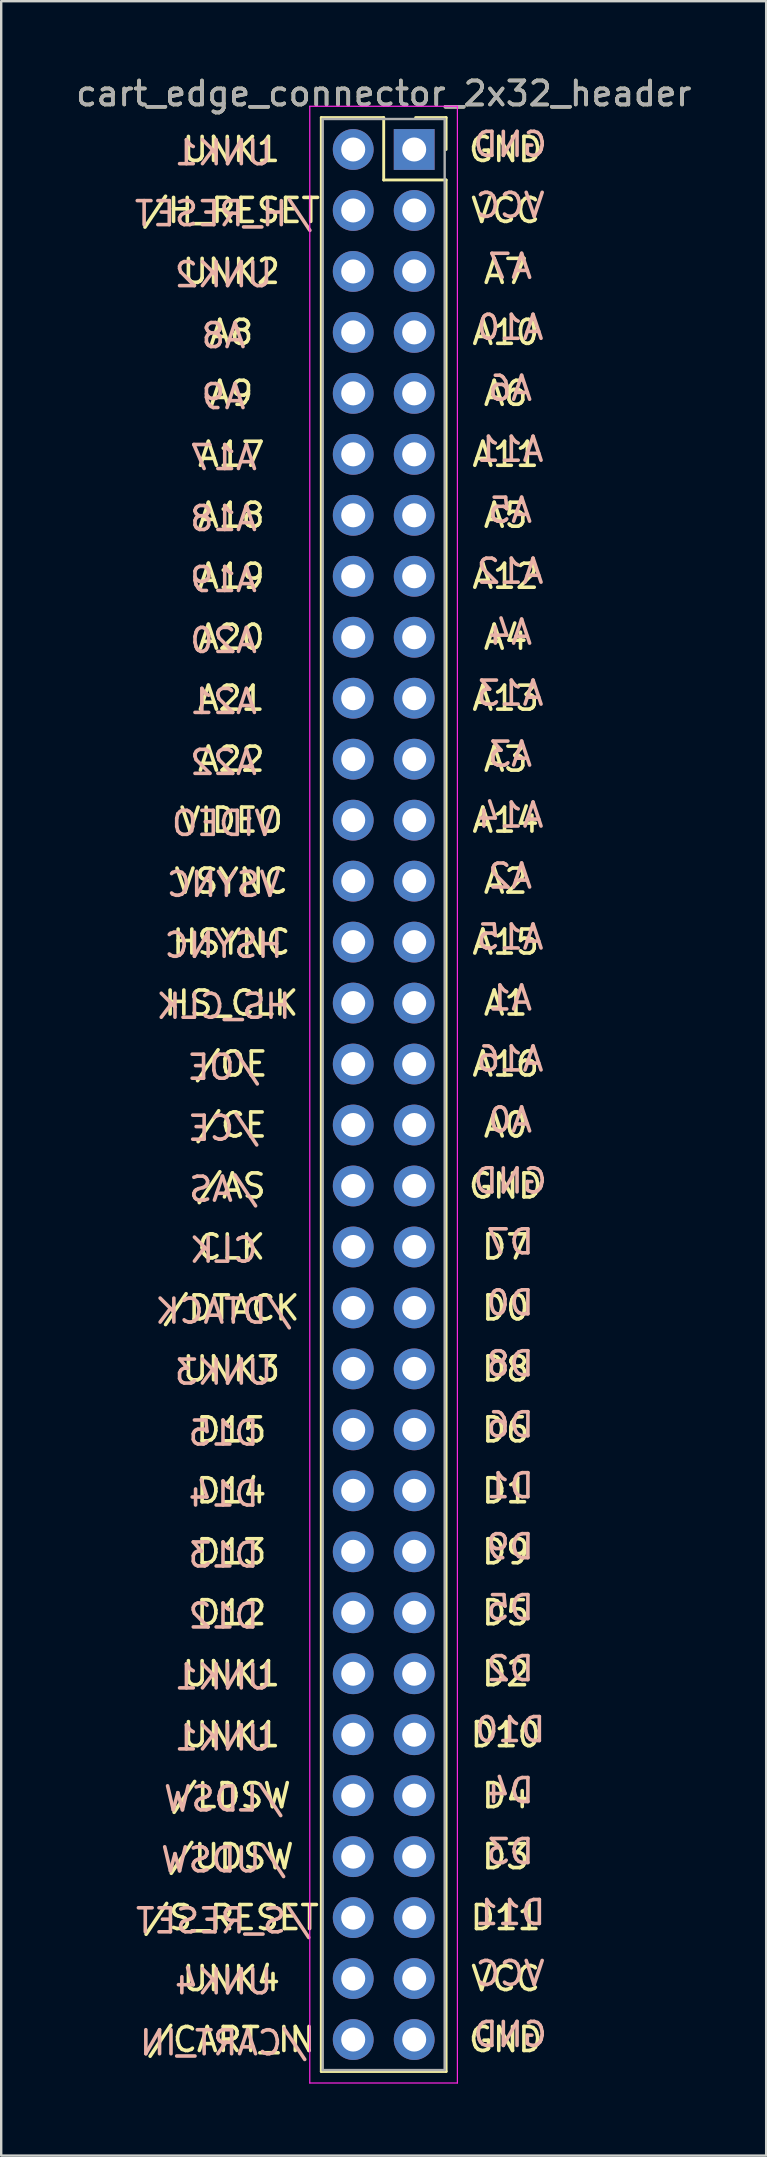
<source format=kicad_pcb>
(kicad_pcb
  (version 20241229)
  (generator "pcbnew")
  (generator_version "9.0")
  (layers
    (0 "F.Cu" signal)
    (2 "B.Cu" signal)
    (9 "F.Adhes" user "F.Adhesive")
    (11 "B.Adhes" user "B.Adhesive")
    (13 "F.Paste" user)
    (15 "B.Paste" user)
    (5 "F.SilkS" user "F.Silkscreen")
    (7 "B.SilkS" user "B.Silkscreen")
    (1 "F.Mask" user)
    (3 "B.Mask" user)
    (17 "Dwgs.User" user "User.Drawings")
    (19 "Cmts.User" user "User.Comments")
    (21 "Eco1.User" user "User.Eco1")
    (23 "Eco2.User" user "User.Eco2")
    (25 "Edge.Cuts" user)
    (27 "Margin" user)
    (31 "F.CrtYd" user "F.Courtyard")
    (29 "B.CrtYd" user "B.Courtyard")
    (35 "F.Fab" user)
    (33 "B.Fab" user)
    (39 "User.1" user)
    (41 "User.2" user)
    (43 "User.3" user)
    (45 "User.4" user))
  (footprint "cart_edge_connector_2x32_header"
    (layer "F.Cu")
    (at 14.205 3.178)
    (property "Reference" "cart_edge_connector_2x32_header" (at -1.27 -2.33 0) (layer "F.SilkS") (effects (font (size 1 1) (thickness 0.15))))
    (attr through_hole)
    (fp_line (start -3.87 -1.33) (end -1.27 -1.33) (stroke (width 0.12) (type solid)) (layer "F.SilkS"))
    (fp_line (start -3.87 80.07) (end -3.87 -1.33) (stroke (width 0.12) (type solid)) (layer "F.SilkS"))
    (fp_line (start -1.27 -1.33) (end -1.27 1.27) (stroke (width 0.12) (type solid)) (layer "F.SilkS"))
    (fp_line (start -1.27 1.27) (end 1.33 1.27) (stroke (width 0.12) (type solid)) (layer "F.SilkS"))
    (fp_line (start 1.33 -1.33) (end 0.06 -1.33) (stroke (width 0.12) (type solid)) (layer "F.SilkS"))
    (fp_line (start 1.33 0) (end 1.33 -1.33) (stroke (width 0.12) (type solid)) (layer "F.SilkS"))
    (fp_line (start 1.33 1.27) (end 1.33 80.07) (stroke (width 0.12) (type solid)) (layer "F.SilkS"))
    (fp_line (start 1.33 80.07) (end -3.87 80.07) (stroke (width 0.12) (type solid)) (layer "F.SilkS"))
    (fp_line (start -4.35 -1.8) (end -4.35 80.55) (stroke (width 0.05) (type solid)) (layer "F.CrtYd"))
    (fp_line (start -4.35 80.55) (end 1.8 80.55) (stroke (width 0.05) (type solid)) (layer "F.CrtYd"))
    (fp_line (start 1.8 -1.8) (end -4.35 -1.8) (stroke (width 0.05) (type solid)) (layer "F.CrtYd"))
    (fp_line (start 1.8 80.55) (end 1.8 -1.8) (stroke (width 0.05) (type solid)) (layer "F.CrtYd"))
    (fp_line (start -3.81 -1.27) (end -3.81 80.01) (stroke (width 0.1) (type solid)) (layer "F.Fab"))
    (fp_line (start -3.81 80.01) (end 1.27 80.01) (stroke (width 0.1) (type solid)) (layer "F.Fab"))
    (fp_line (start 1.27 -1.27) (end -3.81 -1.27) (stroke (width 0.1) (type solid)) (layer "F.Fab"))
    (fp_line (start 1.27 80.01) (end 1.27 -1.27) (stroke (width 0.1) (type solid)) (layer "F.Fab"))
    (fp_text user "UNK1" (at -7.62 63.5 0) (layer "F.SilkS") (effects (font (size 1 1) (thickness 0.15))))
    (fp_text user "A20" (at -7.62 20.32 0) (layer "F.SilkS") (effects (font (size 1 1) (thickness 0.15))))
    (fp_text user "GND" (at 3.81 43.18 0) (layer "F.SilkS") (effects (font (size 1 1) (thickness 0.15))))
    (fp_text user "D10" (at 3.81 66.04 0) (layer "F.SilkS") (effects (font (size 1 1) (thickness 0.15))))
    (fp_text user "VSYNC" (at -7.62 30.48 0) (layer "F.SilkS") (effects (font (size 1 1) (thickness 0.15))))
    (fp_text user "A17" (at -7.62 12.7 0) (layer "F.SilkS") (effects (font (size 1 1) (thickness 0.15))))
    (fp_text user "GND" (at 3.81 78.74 0) (layer "F.SilkS") (effects (font (size 1 1) (thickness 0.15))))
    (fp_text user "UNK3" (at -7.62 50.8 0) (layer "F.SilkS") (effects (font (size 1 1) (thickness 0.15))))
    (fp_text user "A2" (at 3.81 30.48 0) (layer "F.SilkS") (effects (font (size 1 1) (thickness 0.15))))
    (fp_text user "D2" (at 3.81 63.5 0) (layer "F.SilkS") (effects (font (size 1 1) (thickness 0.15))))
    (fp_text user "D7" (at 3.81 45.72 0) (layer "F.SilkS") (effects (font (size 1 1) (thickness 0.15))))
    (fp_text user "/AS" (at -7.62 43.18 0) (layer "F.SilkS") (effects (font (size 1 1) (thickness 0.15))))
    (fp_text user "A5" (at 3.81 15.24 0) (layer "F.SilkS") (effects (font (size 1 1) (thickness 0.15))))
    (fp_text user "VCC" (at 3.81 2.54 0) (layer "F.SilkS") (effects (font (size 1 1) (thickness 0.15))))
    (fp_text user "CLK" (at -7.62 45.72 0) (layer "F.SilkS") (effects (font (size 1 1) (thickness 0.15))))
    (fp_text user "UNK1" (at -7.62 0 0) (layer "F.SilkS") (effects (font (size 1 1) (thickness 0.15))))
    (fp_text user "A14" (at 3.81 27.94 0) (layer "F.SilkS") (effects (font (size 1 1) (thickness 0.15))))
    (fp_text user "A19" (at -7.62 17.78 0) (layer "F.SilkS") (effects (font (size 1 1) (thickness 0.15))))
    (fp_text user "D9" (at 3.81 58.42 0) (layer "F.SilkS") (effects (font (size 1 1) (thickness 0.15))))
    (fp_text user "HSYNC" (at -7.62 33.02 0) (layer "F.SilkS") (effects (font (size 1 1) (thickness 0.15))))
    (fp_text user "D0" (at 3.81 48.26 0) (layer "F.SilkS") (effects (font (size 1 1) (thickness 0.15))))
    (fp_text user "/CART_IN" (at -7.62 78.74 0) (layer "F.SilkS") (effects (font (size 1 1) (thickness 0.15))))
    (fp_text user "VCC" (at 3.81 76.2 0) (layer "F.SilkS") (effects (font (size 1 1) (thickness 0.15))))
    (fp_text user "A15" (at 3.81 33.02 0) (layer "F.SilkS") (effects (font (size 1 1) (thickness 0.15))))
    (fp_text user "GND" (at 3.81 0 0) (layer "F.SilkS") (effects (font (size 1 1) (thickness 0.15))))
    (fp_text user "UNK2" (at -7.62 5.08 0) (layer "F.SilkS") (effects (font (size 1 1) (thickness 0.15))))
    (fp_text user "A10" (at 3.81 7.62 0) (layer "F.SilkS") (effects (font (size 1 1) (thickness 0.15))))
    (fp_text user "/LDSW" (at -7.62 68.58 0) (layer "F.SilkS") (effects (font (size 1 1) (thickness 0.15))))
    (fp_text user "A22" (at -7.62 25.4 0) (layer "F.SilkS") (effects (font (size 1 1) (thickness 0.15))))
    (fp_text user "UNK4" (at -7.62 76.2 0) (layer "F.SilkS") (effects (font (size 1 1) (thickness 0.15))))
    (fp_text user "/UDSW" (at -7.62 71.12 0) (layer "F.SilkS") (effects (font (size 1 1) (thickness 0.15))))
    (fp_text user "/CE" (at -7.62 40.64 0) (layer "F.SilkS") (effects (font (size 1 1) (thickness 0.15))))
    (fp_text user "/H_RESET" (at -7.62 2.54 0) (layer "F.SilkS") (effects (font (size 1 1) (thickness 0.15))))
    (fp_text user "A16" (at 3.81 38.1 0) (layer "F.SilkS") (effects (font (size 1 1) (thickness 0.15))))
    (fp_text user "A8" (at -7.62 7.62 0) (layer "F.SilkS") (effects (font (size 1 1) (thickness 0.15))))
    (fp_text user "A11" (at 3.81 12.7 0) (layer "F.SilkS") (effects (font (size 1 1) (thickness 0.15))))
    (fp_text user "A7" (at 3.81 5.08 0) (layer "F.SilkS") (effects (font (size 1 1) (thickness 0.15))))
    (fp_text user "D13" (at -7.62 58.42 0) (layer "F.SilkS") (effects (font (size 1 1) (thickness 0.15))))
    (fp_text user "/S_RESET" (at -7.62 73.66 0) (layer "F.SilkS") (effects (font (size 1 1) (thickness 0.15))))
    (fp_text user "D15" (at -7.62 53.34 0) (layer "F.SilkS") (effects (font (size 1 1) (thickness 0.15))))
    (fp_text user "D8" (at 3.81 50.8 0) (layer "F.SilkS") (effects (font (size 1 1) (thickness 0.15))))
    (fp_text user "D4" (at 3.81 68.58 0) (layer "F.SilkS") (effects (font (size 1 1) (thickness 0.15))))
    (fp_text user "UNK1" (at -7.62 66.04 0) (layer "F.SilkS") (effects (font (size 1 1) (thickness 0.15))))
    (fp_text user "A3" (at 3.81 25.4 0) (layer "F.SilkS") (effects (font (size 1 1) (thickness 0.15))))
    (fp_text user "A21" (at -7.62 22.86 0) (layer "F.SilkS") (effects (font (size 1 1) (thickness 0.15))))
    (fp_text user "D3" (at 3.81 71.12 0) (layer "F.SilkS") (effects (font (size 1 1) (thickness 0.15))))
    (fp_text user "A12" (at 3.81 17.78 0) (layer "F.SilkS") (effects (font (size 1 1) (thickness 0.15))))
    (fp_text user "A13" (at 3.81 22.86 0) (layer "F.SilkS") (effects (font (size 1 1) (thickness 0.15))))
    (fp_text user "VIDEO" (at -7.62 27.94 0) (layer "F.SilkS") (effects (font (size 1 1) (thickness 0.15))))
    (fp_text user "A4" (at 3.81 20.32 0) (layer "F.SilkS") (effects (font (size 1 1) (thickness 0.15))))
    (fp_text user "/DTACK" (at -7.62 48.26 0) (layer "F.SilkS") (effects (font (size 1 1) (thickness 0.15))))
    (fp_text user "A1" (at 3.81 35.56 0) (layer "F.SilkS") (effects (font (size 1 1) (thickness 0.15))))
    (fp_text user "A6" (at 3.81 10.16 0) (layer "F.SilkS") (effects (font (size 1 1) (thickness 0.15))))
    (fp_text user "D14" (at -7.62 55.88 0) (layer "F.SilkS") (effects (font (size 1 1) (thickness 0.15))))
    (fp_text user "HS_CLK" (at -7.62 35.56 0) (layer "F.SilkS") (effects (font (size 1 1) (thickness 0.15))))
    (fp_text user "D1" (at 3.81 55.88 0) (layer "F.SilkS") (effects (font (size 1 1) (thickness 0.15))))
    (fp_text user "A18" (at -7.62 15.24 0) (layer "F.SilkS") (effects (font (size 1 1) (thickness 0.15))))
    (fp_text user "D12" (at -7.62 60.96 0) (layer "F.SilkS") (effects (font (size 1 1) (thickness 0.15))))
    (fp_text user "D5" (at 3.81 60.96 0) (layer "F.SilkS") (effects (font (size 1 1) (thickness 0.15))))
    (fp_text user "/OE" (at -7.62 38.1 0) (layer "F.SilkS") (effects (font (size 1 1) (thickness 0.15))))
    (fp_text user "A9" (at -7.62 10.16 0) (layer "F.SilkS") (effects (font (size 1 1) (thickness 0.15))))
    (fp_text user "A0" (at 3.81 40.64 0) (layer "F.SilkS") (effects (font (size 1 1) (thickness 0.15))))
    (fp_text user "D6" (at 3.81 53.34 0) (layer "F.SilkS") (effects (font (size 1 1) (thickness 0.15))))
    (fp_text user "D11" (at 3.81 73.66 0) (layer "F.SilkS") (effects (font (size 1 1) (thickness 0.15))))
    (fp_text user "UNK3" (at -7.941 50.935 180) (layer "B.SilkS") (effects (font (size 1 1) (thickness 0.15)) (justify mirror)))
    (fp_text user "A22" (at -7.941 25.535 180) (layer "B.SilkS") (effects (font (size 1 1) (thickness 0.15)) (justify mirror)))
    (fp_text user "/CART_IN" (at -7.941 78.875 180) (layer "B.SilkS") (effects (font (size 1 1) (thickness 0.15)) (justify mirror)))
    (fp_text user "VIDEO" (at -7.941 28.075 180) (layer "B.SilkS") (effects (font (size 1 1) (thickness 0.15)) (justify mirror)))
    (fp_text user "A9" (at -7.941 10.295 180) (layer "B.SilkS") (effects (font (size 1 1) (thickness 0.15)) (justify mirror)))
    (fp_text user "D15" (at -7.941 53.475 180) (layer "B.SilkS") (effects (font (size 1 1) (thickness 0.15)) (justify mirror)))
    (fp_text user "A1" (at 3.999 35.349 180) (layer "B.SilkS") (effects (font (size 1 1) (thickness 0.15)) (justify mirror)))
    (fp_text user "A6" (at 3.999 9.949 180) (layer "B.SilkS") (effects (font (size 1 1) (thickness 0.15)) (justify mirror)))
    (fp_text user "A5" (at 3.999 15.029 180) (layer "B.SilkS") (effects (font (size 1 1) (thickness 0.15)) (justify mirror)))
    (fp_text user "A18" (at -7.941 15.375 180) (layer "B.SilkS") (effects (font (size 1 1) (thickness 0.15)) (justify mirror)))
    (fp_text user "/CE" (at -7.941 40.775 180) (layer "B.SilkS") (effects (font (size 1 1) (thickness 0.15)) (justify mirror)))
    (fp_text user "/UDSW" (at -7.941 71.255 180) (layer "B.SilkS") (effects (font (size 1 1) (thickness 0.15)) (justify mirror)))
    (fp_text user "A19" (at -7.941 17.915 180) (layer "B.SilkS") (effects (font (size 1 1) (thickness 0.15)) (justify mirror)))
    (fp_text user "D8" (at 3.999 50.589 180) (layer "B.SilkS") (effects (font (size 1 1) (thickness 0.15)) (justify mirror)))
    (fp_text user "D13" (at -7.941 58.555 180) (layer "B.SilkS") (effects (font (size 1 1) (thickness 0.15)) (justify mirror)))
    (fp_text user "D7" (at 3.999 45.509 180) (layer "B.SilkS") (effects (font (size 1 1) (thickness 0.15)) (justify mirror)))
    (fp_text user "VCC" (at 3.999 75.989 180) (layer "B.SilkS") (effects (font (size 1 1) (thickness 0.15)) (justify mirror)))
    (fp_text user "D3" (at 3.999 70.909 180) (layer "B.SilkS") (effects (font (size 1 1) (thickness 0.15)) (justify mirror)))
    (fp_text user "GND" (at 3.999 42.969 180) (layer "B.SilkS") (effects (font (size 1 1) (thickness 0.15)) (justify mirror)))
    (fp_text user "A8" (at -7.941 7.755 180) (layer "B.SilkS") (effects (font (size 1 1) (thickness 0.15)) (justify mirror)))
    (fp_text user "D1" (at 3.999 55.669 180) (layer "B.SilkS") (effects (font (size 1 1) (thickness 0.15)) (justify mirror)))
    (fp_text user "A15" (at 3.999 32.809 180) (layer "B.SilkS") (effects (font (size 1 1) (thickness 0.15)) (justify mirror)))
    (fp_text user "VCC" (at 3.999 2.329 180) (layer "B.SilkS") (effects (font (size 1 1) (thickness 0.15)) (justify mirror)))
    (fp_text user "A20" (at -7.941 20.455 180) (layer "B.SilkS") (effects (font (size 1 1) (thickness 0.15)) (justify mirror)))
    (fp_text user "D10" (at 3.999 65.829 180) (layer "B.SilkS") (effects (font (size 1 1) (thickness 0.15)) (justify mirror)))
    (fp_text user "UNK1" (at -7.941 63.635 180) (layer "B.SilkS") (effects (font (size 1 1) (thickness 0.15)) (justify mirror)))
    (fp_text user "A11" (at 3.999 12.489 180) (layer "B.SilkS") (effects (font (size 1 1) (thickness 0.15)) (justify mirror)))
    (fp_text user "A0" (at 3.999 40.429 180) (layer "B.SilkS") (effects (font (size 1 1) (thickness 0.15)) (justify mirror)))
    (fp_text user "A13" (at 3.999 22.649 180) (layer "B.SilkS") (effects (font (size 1 1) (thickness 0.15)) (justify mirror)))
    (fp_text user "UNK2" (at -7.941 5.215 180) (layer "B.SilkS") (effects (font (size 1 1) (thickness 0.15)) (justify mirror)))
    (fp_text user "A3" (at 3.999 25.189 180) (layer "B.SilkS") (effects (font (size 1 1) (thickness 0.15)) (justify mirror)))
    (fp_text user "D9" (at 3.999 58.209 180) (layer "B.SilkS") (effects (font (size 1 1) (thickness 0.15)) (justify mirror)))
    (fp_text user "D4" (at 3.999 68.369 180) (layer "B.SilkS") (effects (font (size 1 1) (thickness 0.15)) (justify mirror)))
    (fp_text user "D2" (at 3.999 63.289 180) (layer "B.SilkS") (effects (font (size 1 1) (thickness 0.15)) (justify mirror)))
    (fp_text user "D14" (at -7.941 56.015 180) (layer "B.SilkS") (effects (font (size 1 1) (thickness 0.15)) (justify mirror)))
    (fp_text user "D0" (at 3.999 48.049 180) (layer "B.SilkS") (effects (font (size 1 1) (thickness 0.15)) (justify mirror)))
    (fp_text user "HSYNC" (at -7.941 33.155 180) (layer "B.SilkS") (effects (font (size 1 1) (thickness 0.15)) (justify mirror)))
    (fp_text user "/DTACK" (at -7.941 48.395 180) (layer "B.SilkS") (effects (font (size 1 1) (thickness 0.15)) (justify mirror)))
    (fp_text user "/OE" (at -7.941 38.235 180) (layer "B.SilkS") (effects (font (size 1 1) (thickness 0.15)) (justify mirror)))
    (fp_text user "CLK" (at -7.941 45.855 180) (layer "B.SilkS") (effects (font (size 1 1) (thickness 0.15)) (justify mirror)))
    (fp_text user "A2" (at 3.999 30.269 180) (layer "B.SilkS") (effects (font (size 1 1) (thickness 0.15)) (justify mirror)))
    (fp_text user "HS_CLK" (at -7.941 35.695 180) (layer "B.SilkS") (effects (font (size 1 1) (thickness 0.15)) (justify mirror)))
    (fp_text user "D5" (at 3.999 60.749 180) (layer "B.SilkS") (effects (font (size 1 1) (thickness 0.15)) (justify mirror)))
    (fp_text user "UNK1" (at -7.941 66.175 180) (layer "B.SilkS") (effects (font (size 1 1) (thickness 0.15)) (justify mirror)))
    (fp_text user "D6" (at 3.999 53.129 180) (layer "B.SilkS") (effects (font (size 1 1) (thickness 0.15)) (justify mirror)))
    (fp_text user "GND" (at 3.999 78.529 180) (layer "B.SilkS") (effects (font (size 1 1) (thickness 0.15)) (justify mirror)))
    (fp_text user "UNK4" (at -7.941 76.335 180) (layer "B.SilkS") (effects (font (size 1 1) (thickness 0.15)) (justify mirror)))
    (fp_text user "A17" (at -7.941 12.835 180) (layer "B.SilkS") (effects (font (size 1 1) (thickness 0.15)) (justify mirror)))
    (fp_text user "D11" (at 3.999 73.449 180) (layer "B.SilkS") (effects (font (size 1 1) (thickness 0.15)) (justify mirror)))
    (fp_text user "A21" (at -7.941 22.995 180) (layer "B.SilkS") (effects (font (size 1 1) (thickness 0.15)) (justify mirror)))
    (fp_text user "VSYNC" (at -7.941 30.615 180) (layer "B.SilkS") (effects (font (size 1 1) (thickness 0.15)) (justify mirror)))
    (fp_text user "A12" (at 3.999 17.569 180) (layer "B.SilkS") (effects (font (size 1 1) (thickness 0.15)) (justify mirror)))
    (fp_text user "UNK1" (at -7.941 0.135 180) (layer "B.SilkS") (effects (font (size 1 1) (thickness 0.15)) (justify mirror)))
    (fp_text user "A4" (at 3.999 20.109 180) (layer "B.SilkS") (effects (font (size 1 1) (thickness 0.15)) (justify mirror)))
    (fp_text user "/LDSW" (at -7.941 68.715 180) (layer "B.SilkS") (effects (font (size 1 1) (thickness 0.15)) (justify mirror)))
    (fp_text user "/AS" (at -7.941 43.315 180) (layer "B.SilkS") (effects (font (size 1 1) (thickness 0.15)) (justify mirror)))
    (fp_text user "A10" (at 3.999 7.409 180) (layer "B.SilkS") (effects (font (size 1 1) (thickness 0.15)) (justify mirror)))
    (fp_text user "/S_RESET" (at -7.941 73.795 180) (layer "B.SilkS") (effects (font (size 1 1) (thickness 0.15)) (justify mirror)))
    (fp_text user "A16" (at 3.999 37.889 180) (layer "B.SilkS") (effects (font (size 1 1) (thickness 0.15)) (justify mirror)))
    (fp_text user "GND" (at 3.999 -0.211 180) (layer "B.SilkS") (effects (font (size 1 1) (thickness 0.15)) (justify mirror)))
    (fp_text user "A7" (at 3.999 4.869 180) (layer "B.SilkS") (effects (font (size 1 1) (thickness 0.15)) (justify mirror)))
    (fp_text user "A14" (at 3.999 27.729 180) (layer "B.SilkS") (effects (font (size 1 1) (thickness 0.15)) (justify mirror)))
    (fp_text user "/H_RESET" (at -7.941 2.675 180) (layer "B.SilkS") (effects (font (size 1 1) (thickness 0.15)) (justify mirror)))
    (fp_text user "D12" (at -7.941 61.095 180) (layer "B.SilkS") (effects (font (size 1 1) (thickness 0.15)) (justify mirror)))
    (fp_text user "${REFERENCE}" (at -1.27 -2.33 0) (layer "F.Fab") (effects (font (size 1 1) (thickness 0.15))))
    (pad "A01" thru_hole rect (at 0 0) (size 1.7 1.7) (drill 1) (layers "*.Cu" "*.Mask"))
    (pad "A02" thru_hole oval (at 0 2.54) (size 1.7 1.7) (drill 1) (layers "*.Cu" "*.Mask"))
    (pad "A03" thru_hole oval (at 0 5.08) (size 1.7 1.7) (drill 1) (layers "*.Cu" "*.Mask"))
    (pad "A04" thru_hole oval (at 0 7.62) (size 1.7 1.7) (drill 1) (layers "*.Cu" "*.Mask"))
    (pad "A05" thru_hole oval (at 0 10.16) (size 1.7 1.7) (drill 1) (layers "*.Cu" "*.Mask"))
    (pad "A06" thru_hole oval (at 0 12.7) (size 1.7 1.7) (drill 1) (layers "*.Cu" "*.Mask"))
    (pad "A07" thru_hole oval (at 0 15.24) (size 1.7 1.7) (drill 1) (layers "*.Cu" "*.Mask"))
    (pad "A08" thru_hole oval (at 0 17.78) (size 1.7 1.7) (drill 1) (layers "*.Cu" "*.Mask"))
    (pad "A09" thru_hole oval (at 0 20.32) (size 1.7 1.7) (drill 1) (layers "*.Cu" "*.Mask"))
    (pad "A10" thru_hole oval (at 0 22.86) (size 1.7 1.7) (drill 1) (layers "*.Cu" "*.Mask"))
    (pad "A11" thru_hole oval (at 0 25.4) (size 1.7 1.7) (drill 1) (layers "*.Cu" "*.Mask"))
    (pad "A12" thru_hole oval (at 0 27.94) (size 1.7 1.7) (drill 1) (layers "*.Cu" "*.Mask"))
    (pad "A13" thru_hole oval (at 0 30.48) (size 1.7 1.7) (drill 1) (layers "*.Cu" "*.Mask"))
    (pad "A14" thru_hole oval (at 0 33.02) (size 1.7 1.7) (drill 1) (layers "*.Cu" "*.Mask"))
    (pad "A15" thru_hole oval (at 0 35.56) (size 1.7 1.7) (drill 1) (layers "*.Cu" "*.Mask"))
    (pad "A16" thru_hole oval (at 0 38.1) (size 1.7 1.7) (drill 1) (layers "*.Cu" "*.Mask"))
    (pad "A17" thru_hole oval (at 0 40.64) (size 1.7 1.7) (drill 1) (layers "*.Cu" "*.Mask"))
    (pad "A18" thru_hole oval (at 0 43.18) (size 1.7 1.7) (drill 1) (layers "*.Cu" "*.Mask"))
    (pad "A19" thru_hole oval (at 0 45.72) (size 1.7 1.7) (drill 1) (layers "*.Cu" "*.Mask"))
    (pad "A20" thru_hole oval (at 0 48.26) (size 1.7 1.7) (drill 1) (layers "*.Cu" "*.Mask"))
    (pad "A21" thru_hole oval (at 0 50.8) (size 1.7 1.7) (drill 1) (layers "*.Cu" "*.Mask"))
    (pad "A22" thru_hole oval (at 0 53.34) (size 1.7 1.7) (drill 1) (layers "*.Cu" "*.Mask"))
    (pad "A23" thru_hole oval (at 0 55.88) (size 1.7 1.7) (drill 1) (layers "*.Cu" "*.Mask"))
    (pad "A24" thru_hole oval (at 0 58.42) (size 1.7 1.7) (drill 1) (layers "*.Cu" "*.Mask"))
    (pad "A25" thru_hole oval (at 0 60.96) (size 1.7 1.7) (drill 1) (layers "*.Cu" "*.Mask"))
    (pad "A26" thru_hole oval (at 0 63.5) (size 1.7 1.7) (drill 1) (layers "*.Cu" "*.Mask"))
    (pad "A27" thru_hole oval (at 0 66.04) (size 1.7 1.7) (drill 1) (layers "*.Cu" "*.Mask"))
    (pad "A28" thru_hole oval (at 0 68.58) (size 1.7 1.7) (drill 1) (layers "*.Cu" "*.Mask"))
    (pad "A29" thru_hole oval (at 0 71.12) (size 1.7 1.7) (drill 1) (layers "*.Cu" "*.Mask"))
    (pad "A30" thru_hole oval (at 0 73.66) (size 1.7 1.7) (drill 1) (layers "*.Cu" "*.Mask"))
    (pad "A31" thru_hole oval (at 0 76.2) (size 1.7 1.7) (drill 1) (layers "*.Cu" "*.Mask"))
    (pad "A32" thru_hole oval (at 0 78.74) (size 1.7 1.7) (drill 1) (layers "*.Cu" "*.Mask"))
    (pad "B01" thru_hole oval (at -2.54 0) (size 1.7 1.7) (drill 1) (layers "*.Cu" "*.Mask"))
    (pad "B02" thru_hole oval (at -2.54 2.54) (size 1.7 1.7) (drill 1) (layers "*.Cu" "*.Mask"))
    (pad "B03" thru_hole oval (at -2.54 5.08) (size 1.7 1.7) (drill 1) (layers "*.Cu" "*.Mask"))
    (pad "B04" thru_hole oval (at -2.54 7.62) (size 1.7 1.7) (drill 1) (layers "*.Cu" "*.Mask"))
    (pad "B05" thru_hole oval (at -2.54 10.16) (size 1.7 1.7) (drill 1) (layers "*.Cu" "*.Mask"))
    (pad "B06" thru_hole oval (at -2.54 12.7) (size 1.7 1.7) (drill 1) (layers "*.Cu" "*.Mask"))
    (pad "B07" thru_hole oval (at -2.54 15.24) (size 1.7 1.7) (drill 1) (layers "*.Cu" "*.Mask"))
    (pad "B08" thru_hole oval (at -2.54 17.78) (size 1.7 1.7) (drill 1) (layers "*.Cu" "*.Mask"))
    (pad "B09" thru_hole oval (at -2.54 20.32) (size 1.7 1.7) (drill 1) (layers "*.Cu" "*.Mask"))
    (pad "B10" thru_hole oval (at -2.54 22.86) (size 1.7 1.7) (drill 1) (layers "*.Cu" "*.Mask"))
    (pad "B11" thru_hole oval (at -2.54 25.4) (size 1.7 1.7) (drill 1) (layers "*.Cu" "*.Mask"))
    (pad "B12" thru_hole oval (at -2.54 27.94) (size 1.7 1.7) (drill 1) (layers "*.Cu" "*.Mask"))
    (pad "B13" thru_hole oval (at -2.54 30.48) (size 1.7 1.7) (drill 1) (layers "*.Cu" "*.Mask"))
    (pad "B14" thru_hole oval (at -2.54 33.02) (size 1.7 1.7) (drill 1) (layers "*.Cu" "*.Mask"))
    (pad "B15" thru_hole oval (at -2.54 35.56) (size 1.7 1.7) (drill 1) (layers "*.Cu" "*.Mask"))
    (pad "B16" thru_hole oval (at -2.54 38.1) (size 1.7 1.7) (drill 1) (layers "*.Cu" "*.Mask"))
    (pad "B17" thru_hole oval (at -2.54 40.64) (size 1.7 1.7) (drill 1) (layers "*.Cu" "*.Mask"))
    (pad "B18" thru_hole oval (at -2.54 43.18) (size 1.7 1.7) (drill 1) (layers "*.Cu" "*.Mask"))
    (pad "B19" thru_hole oval (at -2.54 45.72) (size 1.7 1.7) (drill 1) (layers "*.Cu" "*.Mask"))
    (pad "B20" thru_hole oval (at -2.54 48.26) (size 1.7 1.7) (drill 1) (layers "*.Cu" "*.Mask"))
    (pad "B21" thru_hole oval (at -2.54 50.8) (size 1.7 1.7) (drill 1) (layers "*.Cu" "*.Mask"))
    (pad "B22" thru_hole oval (at -2.54 53.34) (size 1.7 1.7) (drill 1) (layers "*.Cu" "*.Mask"))
    (pad "B23" thru_hole oval (at -2.54 55.88) (size 1.7 1.7) (drill 1) (layers "*.Cu" "*.Mask"))
    (pad "B24" thru_hole oval (at -2.54 58.42) (size 1.7 1.7) (drill 1) (layers "*.Cu" "*.Mask"))
    (pad "B25" thru_hole oval (at -2.54 60.96) (size 1.7 1.7) (drill 1) (layers "*.Cu" "*.Mask"))
    (pad "B26" thru_hole oval (at -2.54 63.5) (size 1.7 1.7) (drill 1) (layers "*.Cu" "*.Mask"))
    (pad "B27" thru_hole oval (at -2.54 66.04) (size 1.7 1.7) (drill 1) (layers "*.Cu" "*.Mask"))
    (pad "B28" thru_hole oval (at -2.54 68.58) (size 1.7 1.7) (drill 1) (layers "*.Cu" "*.Mask"))
    (pad "B29" thru_hole oval (at -2.54 71.12) (size 1.7 1.7) (drill 1) (layers "*.Cu" "*.Mask"))
    (pad "B30" thru_hole oval (at -2.54 73.66) (size 1.7 1.7) (drill 1) (layers "*.Cu" "*.Mask"))
    (pad "B31" thru_hole oval (at -2.54 76.2) (size 1.7 1.7) (drill 1) (layers "*.Cu" "*.Mask"))
    (pad "B32" thru_hole oval (at -2.54 78.74) (size 1.7 1.7) (drill 1) (layers "*.Cu" "*.Mask")))
  (gr_rect
    (start -3 -3)
    (end 28.869 86.753)
    (stroke (width 0.1) (type default))
    (fill no)
    (layer "Edge.Cuts")))
</source>
